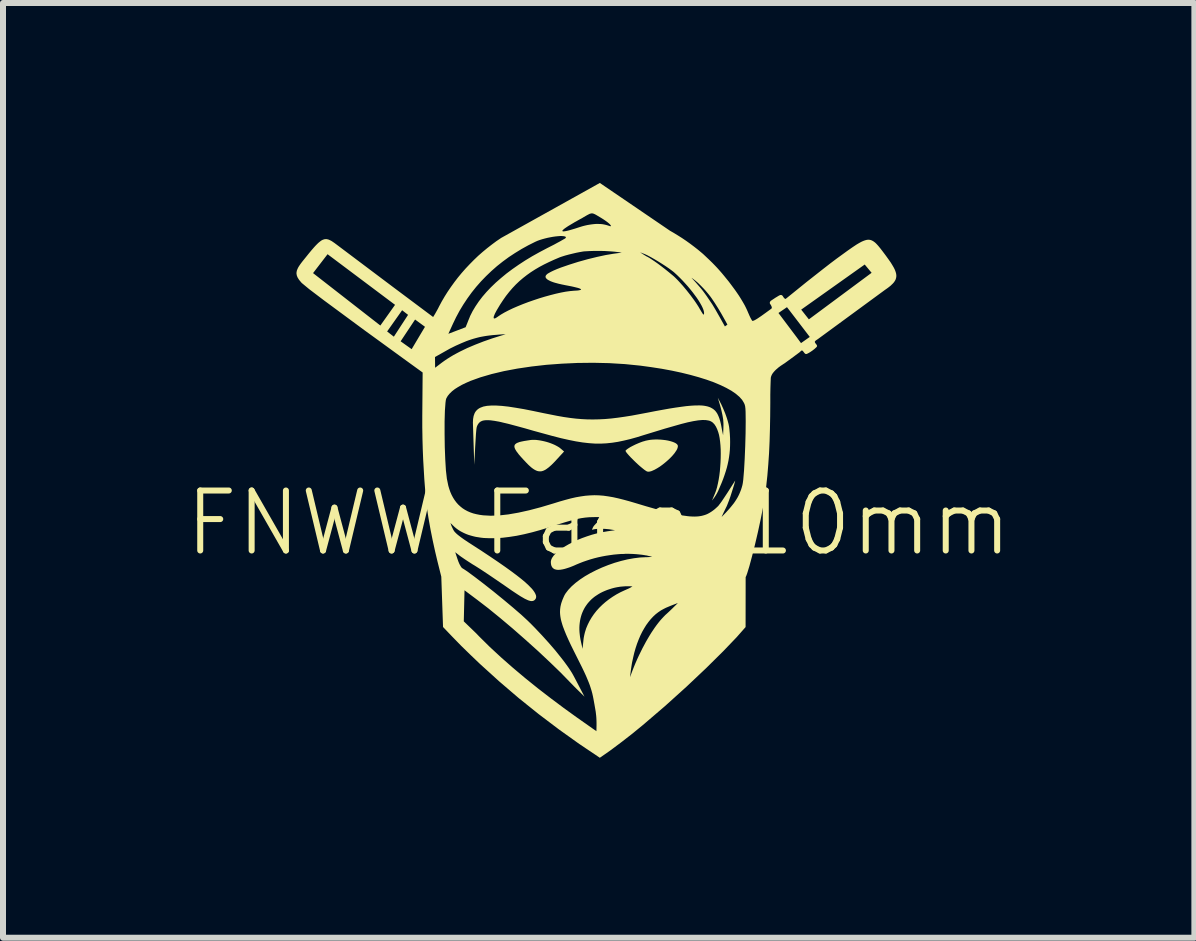
<source format=kicad_pcb>
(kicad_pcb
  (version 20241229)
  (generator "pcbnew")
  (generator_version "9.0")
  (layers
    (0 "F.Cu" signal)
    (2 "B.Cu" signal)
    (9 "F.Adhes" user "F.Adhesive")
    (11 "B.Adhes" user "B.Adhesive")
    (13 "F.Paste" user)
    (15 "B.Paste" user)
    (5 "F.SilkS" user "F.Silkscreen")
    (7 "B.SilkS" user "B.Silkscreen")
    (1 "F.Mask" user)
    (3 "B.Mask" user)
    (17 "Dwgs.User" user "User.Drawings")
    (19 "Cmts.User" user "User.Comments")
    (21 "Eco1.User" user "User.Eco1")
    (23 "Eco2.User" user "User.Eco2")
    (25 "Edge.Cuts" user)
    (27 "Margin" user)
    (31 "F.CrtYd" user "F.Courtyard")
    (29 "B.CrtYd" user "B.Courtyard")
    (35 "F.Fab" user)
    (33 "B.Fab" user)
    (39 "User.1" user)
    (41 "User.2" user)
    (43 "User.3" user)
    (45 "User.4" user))
  (footprint "FNWW Face 10mm"
    (layer "F.Cu")
    (at 6.901 4.8)
    (property "Reference" "FNWW Face 10mm" (at 0.03 0.87 0) (unlocked yes) (layer "F.SilkS") (effects (font (size 1 1) (thickness 0.1))))
    (fp_poly (pts (xy -1.014 -0.516) (xy -0.98 -0.512) (xy -0.946 -0.507) (xy -0.91 -0.5) (xy -0.874 -0.492) (xy -0.839 -0.483) (xy -0.803 -0.472) (xy -0.769 -0.46) (xy -0.736 -0.447) (xy -0.704 -0.433) (xy -0.675 -0.418) (xy -0.648 -0.403) (xy -0.623 -0.387) (xy -0.602 -0.37) (xy -0.547 -0.323) (xy -0.673 -0.186) (xy -0.716 -0.14) (xy -0.756 -0.1) (xy -0.775 -0.083) (xy -0.793 -0.067) (xy -0.811 -0.052) (xy -0.828 -0.04) (xy -0.844 -0.028) (xy -0.86 -0.018) (xy -0.876 -0.01) (xy -0.891 -0.003) (xy -0.906 0.002) (xy -0.921 0.006) (xy -0.936 0.008) (xy -0.951 0.008) (xy -0.966 0.007) (xy -0.981 0.005) (xy -0.996 0.001) (xy -1.011 -0.005) (xy -1.026 -0.012) (xy -1.042 -0.021) (xy -1.058 -0.031) (xy -1.075 -0.043) (xy -1.092 -0.056) (xy -1.109 -0.071) (xy -1.127 -0.087) (xy -1.146 -0.105) (xy -1.186 -0.146) (xy -1.23 -0.193) (xy -1.268 -0.235) (xy -1.301 -0.273) (xy -1.327 -0.308) (xy -1.339 -0.323) (xy -1.348 -0.338) (xy -1.357 -0.352) (xy -1.363 -0.365) (xy -1.369 -0.377) (xy -1.372 -0.388) (xy -1.375 -0.399) (xy -1.375 -0.409) (xy -1.374 -0.418) (xy -1.372 -0.427) (xy -1.368 -0.435) (xy -1.362 -0.443) (xy -1.354 -0.45) (xy -1.345 -0.457) (xy -1.335 -0.463) (xy -1.322 -0.469) (xy -1.308 -0.474) (xy -1.293 -0.48) (xy -1.256 -0.489) (xy -1.212 -0.498) (xy -1.161 -0.506) (xy -1.103 -0.515) (xy -1.076 -0.517) (xy -1.046 -0.517)) (stroke (width -0.000001) (type solid)) (fill yes) (layer "F.SilkS"))
    (fp_poly (pts (xy 1.017 -0.523) (xy 1.061 -0.521) (xy 1.104 -0.517) (xy 1.146 -0.512) (xy 1.185 -0.505) (xy 1.222 -0.496) (xy 1.256 -0.486) (xy 1.285 -0.475) (xy 1.298 -0.469) (xy 1.31 -0.463) (xy 1.32 -0.456) (xy 1.329 -0.45) (xy 1.337 -0.443) (xy 1.342 -0.435) (xy 1.347 -0.428) (xy 1.349 -0.42) (xy 1.35 -0.408) (xy 1.348 -0.395) (xy 1.344 -0.38) (xy 1.338 -0.364) (xy 1.33 -0.348) (xy 1.319 -0.331) (xy 1.294 -0.294) (xy 1.262 -0.256) (xy 1.225 -0.217) (xy 1.184 -0.178) (xy 1.14 -0.14) (xy 1.095 -0.104) (xy 1.05 -0.071) (xy 1.005 -0.043) (xy 0.962 -0.019) (xy 0.922 -0.001) (xy 0.904 0.006) (xy 0.887 0.01) (xy 0.871 0.013) (xy 0.856 0.014) (xy 0.844 0.012) (xy 0.833 0.009) (xy 0.815 -0.002) (xy 0.793 -0.017) (xy 0.769 -0.036) (xy 0.741 -0.059) (xy 0.711 -0.084) (xy 0.681 -0.111) (xy 0.65 -0.14) (xy 0.619 -0.17) (xy 0.59 -0.199) (xy 0.562 -0.227) (xy 0.537 -0.254) (xy 0.516 -0.278) (xy 0.498 -0.299) (xy 0.486 -0.316) (xy 0.482 -0.323) (xy 0.479 -0.329) (xy 0.478 -0.334) (xy 0.478 -0.337) (xy 0.484 -0.344) (xy 0.494 -0.353) (xy 0.506 -0.363) (xy 0.521 -0.373) (xy 0.538 -0.384) (xy 0.557 -0.396) (xy 0.578 -0.407) (xy 0.601 -0.419) (xy 0.648 -0.442) (xy 0.697 -0.463) (xy 0.722 -0.473) (xy 0.746 -0.482) (xy 0.769 -0.49) (xy 0.792 -0.496) (xy 0.81 -0.502) (xy 0.829 -0.506) (xy 0.848 -0.51) (xy 0.888 -0.517) (xy 0.93 -0.521) (xy 0.973 -0.523)) (stroke (width -0.000001) (type solid)) (fill yes) (layer "F.SilkS"))
    (fp_poly (pts (xy 2.043 -1.168) (xy 2.072 -1.112) (xy 2.105 -1.04) (xy 2.139 -0.958) (xy 2.155 -0.914) (xy 2.17 -0.87) (xy 2.183 -0.825) (xy 2.195 -0.78) (xy 2.204 -0.735) (xy 2.209 -0.692) (xy 2.216 -0.618) (xy 2.22 -0.548) (xy 2.221 -0.48) (xy 2.22 -0.414) (xy 2.217 -0.35) (xy 2.211 -0.288) (xy 2.203 -0.228) (xy 2.193 -0.168) (xy 2.18 -0.108) (xy 2.165 -0.048) (xy 2.147 0.012) (xy 2.127 0.073) (xy 2.105 0.135) (xy 2.08 0.199) (xy 2.052 0.264) (xy 2.023 0.332) (xy 2.019 0.34) (xy 2.015 0.348) (xy 2.007 0.364) (xy 1.999 0.379) (xy 1.99 0.394) (xy 1.982 0.408) (xy 1.973 0.421) (xy 1.965 0.434) (xy 1.957 0.445) (xy 1.949 0.456) (xy 1.942 0.465) (xy 1.93 0.481) (xy 1.919 0.494) (xy 1.936 0.455) (xy 1.969 0.376) (xy 1.987 0.328) (xy 2.003 0.274) (xy 2.017 0.213) (xy 2.03 0.148) (xy 2.041 0.079) (xy 2.05 0.007) (xy 2.056 -0.066) (xy 2.061 -0.14) (xy 2.064 -0.214) (xy 2.065 -0.287) (xy 2.064 -0.358) (xy 2.06 -0.425) (xy 2.054 -0.489) (xy 2.046 -0.548) (xy 2.036 -0.6) (xy 2.023 -0.646) (xy 2.005 -0.695) (xy 1.985 -0.737) (xy 1.962 -0.773) (xy 1.935 -0.802) (xy 1.92 -0.814) (xy 1.903 -0.824) (xy 1.884 -0.833) (xy 1.863 -0.839) (xy 1.815 -0.847) (xy 1.757 -0.848) (xy 1.689 -0.842) (xy 1.608 -0.829) (xy 1.513 -0.809) (xy 1.403 -0.781) (xy 1.133 -0.704) (xy 0.786 -0.598) (xy 0.667 -0.561) (xy 0.556 -0.53) (xy 0.451 -0.505) (xy 0.351 -0.484) (xy 0.254 -0.469) (xy 0.159 -0.459) (xy 0.063 -0.454) (xy -0.034 -0.455) (xy -0.134 -0.462) (xy -0.239 -0.474) (xy -0.351 -0.492) (xy -0.47 -0.516) (xy -0.599 -0.545) (xy -0.739 -0.581) (xy -1.06 -0.669) (xy -1.195 -0.708) (xy -1.316 -0.741) (xy -1.424 -0.77) (xy -1.473 -0.783) (xy -1.519 -0.794) (xy -1.562 -0.804) (xy -1.602 -0.814) (xy -1.64 -0.822) (xy -1.675 -0.828) (xy -1.708 -0.834) (xy -1.739 -0.838) (xy -1.767 -0.842) (xy -1.793 -0.844) (xy -1.817 -0.845) (xy -1.839 -0.845) (xy -1.859 -0.844) (xy -1.877 -0.842) (xy -1.894 -0.839) (xy -1.909 -0.835) (xy -1.916 -0.832) (xy -1.923 -0.829) (xy -1.93 -0.826) (xy -1.936 -0.823) (xy -1.942 -0.819) (xy -1.947 -0.815) (xy -1.952 -0.811) (xy -1.958 -0.807) (xy -1.967 -0.797) (xy -1.975 -0.787) (xy -1.983 -0.775) (xy -1.99 -0.763) (xy -1.996 -0.749) (xy -2.002 -0.734) (xy -2.005 -0.72) (xy -2.009 -0.695) (xy -2.016 -0.618) (xy -2.029 -0.402) (xy -2.044 -0.102) (xy -2.055 -0.428) (xy -2.067 -0.806) (xy -2.064 -0.864) (xy -2.055 -0.915) (xy -2.039 -0.96) (xy -2.028 -0.98) (xy -2.015 -0.998) (xy -2 -1.014) (xy -1.983 -1.029) (xy -1.964 -1.042) (xy -1.943 -1.053) (xy -1.893 -1.072) (xy -1.832 -1.084) (xy -1.761 -1.089) (xy -1.678 -1.089) (xy -1.582 -1.083) (xy -1.474 -1.071) (xy -1.352 -1.052) (xy -1.216 -1.029) (xy -1.065 -0.999) (xy -0.898 -0.964) (xy -0.661 -0.917) (xy -0.553 -0.898) (xy -0.45 -0.883) (xy -0.35 -0.871) (xy -0.253 -0.863) (xy -0.157 -0.858) (xy -0.061 -0.857) (xy 0.036 -0.859) (xy 0.135 -0.864) (xy 0.238 -0.873) (xy 0.346 -0.886) (xy 0.459 -0.902) (xy 0.579 -0.921) (xy 0.846 -0.971) (xy 0.979 -0.997) (xy 1.1 -1.019) (xy 1.212 -1.039) (xy 1.313 -1.055) (xy 1.405 -1.068) (xy 1.488 -1.079) (xy 1.563 -1.086) (xy 1.63 -1.09) (xy 1.69 -1.091) (xy 1.718 -1.091) (xy 1.743 -1.09) (xy 1.768 -1.088) (xy 1.791 -1.085) (xy 1.813 -1.081) (xy 1.833 -1.077) (xy 1.852 -1.072) (xy 1.87 -1.066) (xy 1.887 -1.06) (xy 1.903 -1.052) (xy 1.917 -1.044) (xy 1.931 -1.036) (xy 1.945 -1.026) (xy 1.957 -1.016) (xy 1.964 -1.01) (xy 1.97 -1.004) (xy 1.982 -0.99) (xy 1.993 -0.975) (xy 2.004 -0.959) (xy 2.013 -0.942) (xy 2.021 -0.925) (xy 2.029 -0.907) (xy 2.036 -0.889) (xy 2.043 -0.871) (xy 2.048 -0.854) (xy 2.054 -0.836) (xy 2.058 -0.819) (xy 2.066 -0.786) (xy 2.072 -0.757) (xy 2.088 -0.671) (xy 2.094 -0.643) (xy 2.104 -0.594) (xy 2.107 -0.659) (xy 2.109 -0.712) (xy 2.11 -0.755) (xy 2.11 -0.773) (xy 2.11 -0.791) (xy 2.109 -0.806) (xy 2.108 -0.821) (xy 2.107 -0.836) (xy 2.106 -0.85) (xy 2.102 -0.878) (xy 2.097 -0.908) (xy 2.093 -0.93) (xy 2.088 -0.953) (xy 2.077 -1.003) (xy 2.064 -1.055) (xy 2.05 -1.105) (xy 2.026 -1.186) (xy 2.016 -1.219)) (stroke (width -0.000001) (type solid)) (fill yes) (layer "F.SilkS"))
    (fp_poly (pts (xy 1.219 -4.003) (xy 1.285 -3.965) (xy 1.352 -3.924) (xy 1.42 -3.881) (xy 1.488 -3.835) (xy 1.555 -3.787) (xy 1.62 -3.738) (xy 1.684 -3.688) (xy 1.744 -3.638) (xy 1.771 -3.615) (xy 1.804 -3.584) (xy 1.841 -3.549) (xy 1.881 -3.511) (xy 1.923 -3.47) (xy 1.964 -3.428) (xy 2.003 -3.387) (xy 2.039 -3.347) (xy 2.081 -3.299) (xy 2.121 -3.251) (xy 2.199 -3.155) (xy 2.235 -3.107) (xy 2.27 -3.06) (xy 2.304 -3.014) (xy 2.336 -2.968) (xy 2.366 -2.924) (xy 2.394 -2.88) (xy 2.42 -2.837) (xy 2.444 -2.796) (xy 2.466 -2.757) (xy 2.485 -2.719) (xy 2.502 -2.683) (xy 2.517 -2.649) (xy 2.523 -2.634) (xy 2.53 -2.619) (xy 2.536 -2.605) (xy 2.542 -2.591) (xy 2.548 -2.578) (xy 2.554 -2.566) (xy 2.559 -2.554) (xy 2.565 -2.544) (xy 2.57 -2.534) (xy 2.575 -2.526) (xy 2.579 -2.518) (xy 2.583 -2.512) (xy 2.587 -2.507) (xy 2.59 -2.503) (xy 2.591 -2.502) (xy 2.593 -2.501) (xy 2.594 -2.5) (xy 2.595 -2.5) (xy 2.599 -2.5) (xy 2.605 -2.502) (xy 2.618 -2.506) (xy 2.634 -2.514) (xy 2.652 -2.524) (xy 2.672 -2.536) (xy 2.693 -2.55) (xy 2.739 -2.581) (xy 2.81 -2.632) (xy 3.027 -2.632) (xy 3.202 -2.399) (xy 3.33 -2.229) (xy 3.403 -2.13) (xy 3.549 -2.233) (xy 3.201 -2.688) (xy 3.406 -2.688) (xy 3.534 -2.526) (xy 4.58 -3.302) (xy 4.465 -3.44) (xy 3.406 -2.688) (xy 3.201 -2.688) (xy 3.169 -2.729) (xy 3.027 -2.632) (xy 2.81 -2.632) (xy 2.906 -2.702) (xy 2.909 -2.704) (xy 2.911 -2.706) (xy 2.912 -2.709) (xy 2.914 -2.711) (xy 2.915 -2.714) (xy 2.915 -2.716) (xy 2.916 -2.719) (xy 2.916 -2.722) (xy 2.916 -2.725) (xy 2.915 -2.728) (xy 2.915 -2.731) (xy 2.914 -2.734) (xy 2.913 -2.737) (xy 2.912 -2.741) (xy 2.909 -2.747) (xy 2.906 -2.754) (xy 2.903 -2.76) (xy 2.9 -2.766) (xy 2.896 -2.771) (xy 2.885 -2.788) (xy 2.885 -2.79) (xy 2.884 -2.791) (xy 2.883 -2.793) (xy 2.883 -2.794) (xy 2.883 -2.796) (xy 2.882 -2.798) (xy 2.882 -2.799) (xy 2.882 -2.801) (xy 2.882 -2.803) (xy 2.883 -2.805) (xy 2.883 -2.806) (xy 2.883 -2.808) (xy 2.884 -2.81) (xy 2.884 -2.812) (xy 2.885 -2.813) (xy 2.886 -2.815) (xy 2.887 -2.818) (xy 2.889 -2.822) (xy 2.891 -2.825) (xy 2.893 -2.828) (xy 2.895 -2.83) (xy 2.897 -2.833) (xy 2.899 -2.835) (xy 2.9 -2.836) (xy 2.901 -2.836) (xy 2.926 -2.853) (xy 2.949 -2.868) (xy 2.974 -2.885) (xy 3.001 -2.901) (xy 3.025 -2.916) (xy 3.036 -2.922) (xy 3.046 -2.927) (xy 3.054 -2.93) (xy 3.06 -2.932) (xy 3.061 -2.932) (xy 3.063 -2.932) (xy 3.065 -2.932) (xy 3.067 -2.932) (xy 3.068 -2.932) (xy 3.07 -2.932) (xy 3.072 -2.932) (xy 3.073 -2.932) (xy 3.075 -2.932) (xy 3.076 -2.931) (xy 3.078 -2.931) (xy 3.079 -2.93) (xy 3.081 -2.929) (xy 3.082 -2.929) (xy 3.083 -2.928) (xy 3.085 -2.927) (xy 3.086 -2.927) (xy 3.087 -2.926) (xy 3.088 -2.925) (xy 3.09 -2.924) (xy 3.092 -2.922) (xy 3.094 -2.92) (xy 3.096 -2.917) (xy 3.098 -2.915) (xy 3.1 -2.913) (xy 3.101 -2.91) (xy 3.105 -2.905) (xy 3.109 -2.897) (xy 3.112 -2.893) (xy 3.115 -2.889) (xy 3.119 -2.885) (xy 3.122 -2.881) (xy 3.126 -2.877) (xy 3.128 -2.875) (xy 3.13 -2.874) (xy 3.132 -2.872) (xy 3.133 -2.871) (xy 3.135 -2.87) (xy 3.137 -2.869) (xy 3.139 -2.868) (xy 3.141 -2.868) (xy 3.143 -2.867) (xy 3.144 -2.867) (xy 3.146 -2.868) (xy 3.148 -2.868) (xy 3.15 -2.869) (xy 3.151 -2.87) (xy 3.496 -3.149) (xy 3.772 -3.366) (xy 3.897 -3.463) (xy 3.998 -3.539) (xy 4.184 -3.674) (xy 4.26 -3.727) (xy 4.326 -3.771) (xy 4.356 -3.789) (xy 4.384 -3.805) (xy 4.41 -3.819) (xy 4.434 -3.83) (xy 4.457 -3.839) (xy 4.479 -3.846) (xy 4.499 -3.851) (xy 4.518 -3.853) (xy 4.537 -3.853) (xy 4.554 -3.851) (xy 4.572 -3.846) (xy 4.588 -3.839) (xy 4.605 -3.83) (xy 4.621 -3.819) (xy 4.638 -3.806) (xy 4.655 -3.79) (xy 4.672 -3.772) (xy 4.69 -3.752) (xy 4.728 -3.706) (xy 4.77 -3.651) (xy 4.818 -3.587) (xy 4.859 -3.53) (xy 4.895 -3.479) (xy 4.911 -3.454) (xy 4.925 -3.431) (xy 4.938 -3.409) (xy 4.95 -3.388) (xy 4.96 -3.368) (xy 4.969 -3.349) (xy 4.976 -3.33) (xy 4.982 -3.312) (xy 4.987 -3.295) (xy 4.99 -3.278) (xy 4.992 -3.262) (xy 4.992 -3.247) (xy 4.991 -3.232) (xy 4.988 -3.217) (xy 4.984 -3.202) (xy 4.979 -3.188) (xy 4.972 -3.174) (xy 4.963 -3.16) (xy 4.954 -3.146) (xy 4.942 -3.132) (xy 4.93 -3.119) (xy 4.915 -3.105) (xy 4.9 -3.09) (xy 4.883 -3.076) (xy 4.864 -3.061) (xy 4.844 -3.046) (xy 4.8 -3.015) (xy 3.687 -2.199) (xy 3.683 -2.196) (xy 3.678 -2.193) (xy 3.669 -2.187) (xy 3.661 -2.181) (xy 3.657 -2.179) (xy 3.654 -2.176) (xy 3.65 -2.174) (xy 3.647 -2.171) (xy 3.646 -2.17) (xy 3.644 -2.169) (xy 3.643 -2.167) (xy 3.642 -2.166) (xy 3.641 -2.165) (xy 3.639 -2.163) (xy 3.638 -2.162) (xy 3.637 -2.16) (xy 3.636 -2.159) (xy 3.635 -2.157) (xy 3.635 -2.155) (xy 3.634 -2.154) (xy 3.633 -2.152) (xy 3.633 -2.15) (xy 3.633 -2.148) (xy 3.634 -2.145) (xy 3.635 -2.143) (xy 3.636 -2.141) (xy 3.637 -2.138) (xy 3.638 -2.136) (xy 3.642 -2.131) (xy 3.645 -2.125) (xy 3.654 -2.114) (xy 3.658 -2.109) (xy 3.662 -2.103) (xy 3.664 -2.1) (xy 3.665 -2.098) (xy 3.667 -2.095) (xy 3.668 -2.092) (xy 3.669 -2.089) (xy 3.67 -2.087) (xy 3.67 -2.084) (xy 3.67 -2.081) (xy 3.67 -2.079) (xy 3.67 -2.076) (xy 3.669 -2.074) (xy 3.667 -2.072) (xy 3.662 -2.065) (xy 3.655 -2.057) (xy 3.646 -2.049) (xy 3.636 -2.04) (xy 3.625 -2.03) (xy 3.613 -2.021) (xy 3.6 -2.011) (xy 3.587 -2.001) (xy 3.573 -1.992) (xy 3.56 -1.983) (xy 3.547 -1.975) (xy 3.534 -1.967) (xy 3.522 -1.961) (xy 3.511 -1.955) (xy 3.502 -1.951) (xy 3.493 -1.948) (xy 3.49 -1.948) (xy 3.488 -1.948) (xy 3.485 -1.948) (xy 3.483 -1.948) (xy 3.48 -1.949) (xy 3.477 -1.95) (xy 3.475 -1.952) (xy 3.472 -1.953) (xy 3.47 -1.955) (xy 3.468 -1.957) (xy 3.465 -1.959) (xy 3.463 -1.962) (xy 3.458 -1.967) (xy 3.454 -1.972) (xy 3.446 -1.984) (xy 3.441 -1.989) (xy 3.437 -1.994) (xy 3.434 -1.998) (xy 3.432 -2) (xy 3.43 -2.002) (xy 3.428 -2.003) (xy 3.426 -2.004) (xy 3.424 -2.005) (xy 3.422 -2.006) (xy 3.42 -2.006) (xy 3.419 -2.006) (xy 3.417 -2.006) (xy 3.416 -2.006) (xy 3.414 -2.006) (xy 3.413 -2.006) (xy 3.412 -2.005) (xy 3.41 -2.005) (xy 3.409 -2.004) (xy 3.408 -2.004) (xy 3.407 -2.003) (xy 3.406 -2.002) (xy 3.403 -2) (xy 3.401 -1.998) (xy 3.39 -1.987) (xy 3.387 -1.984) (xy 3.383 -1.981) (xy 3.379 -1.977) (xy 3.375 -1.974) (xy 3.229 -1.866) (xy 3.163 -1.818) (xy 3.13 -1.794) (xy 3.111 -1.782) (xy 3.081 -1.762) (xy 3.063 -1.75) (xy 3.044 -1.736) (xy 3.024 -1.721) (xy 3.005 -1.704) (xy 2.985 -1.687) (xy 2.966 -1.668) (xy 2.949 -1.649) (xy 2.941 -1.639) (xy 2.933 -1.629) (xy 2.926 -1.619) (xy 2.92 -1.608) (xy 2.914 -1.598) (xy 2.91 -1.587) (xy 2.906 -1.577) (xy 2.902 -1.566) (xy 2.9 -1.555) (xy 2.899 -1.545) (xy 2.896 -1.471) (xy 2.893 -1.379) (xy 2.891 -1.267) (xy 2.891 -1.132) (xy 2.889 -0.908) (xy 2.885 -0.694) (xy 2.879 -0.489) (xy 2.87 -0.292) (xy 2.857 -0.103) (xy 2.842 0.079) (xy 2.823 0.255) (xy 2.801 0.425) (xy 2.771 0.603) (xy 2.731 0.805) (xy 2.685 1.018) (xy 2.636 1.228) (xy 2.587 1.422) (xy 2.543 1.586) (xy 2.506 1.707) (xy 2.491 1.748) (xy 2.48 1.772) (xy 2.479 2.604) (xy 2.331 2.772) (xy 2.107 3.006) (xy 1.823 3.287) (xy 1.494 3.598) (xy 1.136 3.921) (xy 0.766 4.238) (xy 0.581 4.389) (xy 0.398 4.531) (xy 0.22 4.664) (xy 0.049 4.783) (xy -0.292 4.554) (xy -0.631 4.312) (xy -0.968 4.057) (xy -1.301 3.79) (xy -1.628 3.51) (xy -1.949 3.219) (xy -2.106 3.069) (xy -2.262 2.917) (xy -2.414 2.761) (xy -2.565 2.603) (xy -2.594 1.764) (xy -2.659 1.504) (xy -2.698 1.339) (xy -2.737 1.161) (xy -2.774 0.976) (xy -2.793 0.869) (xy -2.441 0.869) (xy -2.436 0.885) (xy -2.431 0.898) (xy -2.429 0.905) (xy -2.427 0.911) (xy -2.424 0.917) (xy -2.422 0.923) (xy -2.415 0.938) (xy -2.407 0.955) (xy -2.398 0.974) (xy -2.392 0.986) (xy -2.385 0.997) (xy -2.377 1.009) (xy -2.367 1.021) (xy -2.355 1.033) (xy -2.342 1.046) (xy -2.326 1.06) (xy -2.309 1.074) (xy -2.288 1.09) (xy -2.266 1.107) (xy -2.213 1.145) (xy -2.147 1.189) (xy -2.068 1.24) (xy -1.915 1.339) (xy -1.775 1.432) (xy -1.648 1.518) (xy -1.533 1.598) (xy -1.43 1.672) (xy -1.339 1.74) (xy -1.26 1.802) (xy -1.225 1.831) (xy -1.192 1.859) (xy -1.163 1.886) (xy -1.136 1.911) (xy -1.112 1.936) (xy -1.09 1.958) (xy -1.071 1.98) (xy -1.055 2.001) (xy -1.042 2.02) (xy -1.031 2.039) (xy -1.023 2.056) (xy -1.017 2.072) (xy -1.013 2.087) (xy -1.013 2.101) (xy -1.014 2.114) (xy -1.018 2.127) (xy -1.025 2.138) (xy -1.033 2.148) (xy -1.044 2.158) (xy -1.057 2.165) (xy -1.07 2.169) (xy -1.086 2.171) (xy -1.103 2.17) (xy -1.123 2.165) (xy -1.146 2.158) (xy -1.172 2.146) (xy -1.202 2.132) (xy -1.235 2.113) (xy -1.273 2.091) (xy -1.315 2.064) (xy -1.415 1.998) (xy -1.537 1.913) (xy -1.677 1.817) (xy -1.817 1.722) (xy -1.941 1.64) (xy -1.993 1.607) (xy -2.034 1.581) (xy -2.071 1.559) (xy -2.108 1.535) (xy -2.144 1.512) (xy -2.179 1.489) (xy -2.212 1.467) (xy -2.241 1.447) (xy -2.266 1.43) (xy -2.285 1.416) (xy -2.362 1.356) (xy -2.321 1.479) (xy -2.316 1.492) (xy -2.312 1.505) (xy -2.307 1.517) (xy -2.302 1.529) (xy -2.297 1.541) (xy -2.292 1.552) (xy -2.287 1.562) (xy -2.281 1.572) (xy -2.276 1.582) (xy -2.271 1.59) (xy -2.266 1.598) (xy -2.261 1.605) (xy -2.257 1.611) (xy -2.252 1.616) (xy -2.25 1.618) (xy -2.248 1.62) (xy -2.246 1.621) (xy -2.245 1.622) (xy -2.208 1.645) (xy -2.16 1.677) (xy -2.038 1.767) (xy -1.889 1.881) (xy -1.724 2.011) (xy -1.557 2.147) (xy -1.399 2.279) (xy -1.26 2.399) (xy -1.154 2.497) (xy -1.093 2.557) (xy -1.033 2.618) (xy -0.914 2.744) (xy -0.8 2.87) (xy -0.693 2.994) (xy -0.598 3.113) (xy -0.554 3.169) (xy -0.515 3.222) (xy -0.479 3.272) (xy -0.448 3.318) (xy -0.421 3.36) (xy -0.399 3.398) (xy -0.373 3.446) (xy -0.341 3.507) (xy -0.276 3.632) (xy -0.207 3.764) (xy -0.291 3.681) (xy -0.332 3.641) (xy -0.378 3.595) (xy -0.422 3.55) (xy -0.456 3.515) (xy -0.606 3.361) (xy -0.784 3.189) (xy -0.98 3.005) (xy -1.189 2.817) (xy -1.401 2.631) (xy -1.611 2.454) (xy -1.81 2.292) (xy -1.991 2.153) (xy -2.207 1.991) (xy -2.219 2.509) (xy -2.134 2.591) (xy -2.051 2.671) (xy -2.006 2.715) (xy -1.963 2.76) (xy -1.788 2.933) (xy -1.599 3.108) (xy -1.4 3.283) (xy -1.193 3.457) (xy -0.982 3.627) (xy -0.768 3.792) (xy -0.554 3.952) (xy -0.345 4.103) (xy -0.008 4.34) (xy -0.007 4.292) (xy -0.006 4.245) (xy -0.006 4.2) (xy -0.007 4.158) (xy -0.009 4.118) (xy -0.012 4.081) (xy -0.016 4.046) (xy -0.02 4.013) (xy -0.04 3.897) (xy -0.058 3.798) (xy -0.067 3.753) (xy -0.077 3.709) (xy -0.089 3.665) (xy -0.103 3.62) (xy -0.118 3.574) (xy -0.137 3.524) (xy -0.159 3.471) (xy -0.172 3.44) (xy 0.552 3.44) (xy 0.564 3.408) (xy 0.595 3.324) (xy 0.617 3.269) (xy 0.642 3.208) (xy 0.67 3.144) (xy 0.7 3.079) (xy 0.73 3.018) (xy 0.759 2.959) (xy 0.789 2.903) (xy 0.818 2.849) (xy 0.848 2.797) (xy 0.877 2.748) (xy 0.906 2.701) (xy 0.936 2.656) (xy 0.965 2.613) (xy 0.994 2.573) (xy 1.023 2.535) (xy 1.052 2.499) (xy 1.082 2.465) (xy 1.111 2.434) (xy 1.14 2.404) (xy 1.17 2.377) (xy 1.198 2.351) (xy 1.229 2.322) (xy 1.259 2.293) (xy 1.287 2.265) (xy 1.332 2.221) (xy 1.35 2.203) (xy 1.266 2.235) (xy 1.228 2.25) (xy 1.19 2.266) (xy 1.152 2.282) (xy 1.118 2.299) (xy 1.07 2.325) (xy 1.024 2.356) (xy 0.98 2.39) (xy 0.938 2.429) (xy 0.897 2.473) (xy 0.859 2.52) (xy 0.822 2.571) (xy 0.788 2.626) (xy 0.755 2.684) (xy 0.724 2.747) (xy 0.696 2.813) (xy 0.669 2.883) (xy 0.645 2.956) (xy 0.623 3.033) (xy 0.604 3.114) (xy 0.586 3.197) (xy 0.58 3.233) (xy 0.574 3.272) (xy 0.568 3.312) (xy 0.563 3.351) (xy 0.552 3.44) (xy -0.172 3.44) (xy -0.184 3.412) (xy -0.214 3.347) (xy -0.248 3.276) (xy -0.333 3.106) (xy -0.386 3) (xy -0.434 2.903) (xy -0.475 2.815) (xy -0.511 2.734) (xy -0.541 2.661) (xy -0.546 2.647) (xy -0.292 2.647) (xy -0.29 2.687) (xy -0.286 2.727) (xy -0.281 2.768) (xy -0.274 2.81) (xy -0.265 2.852) (xy -0.239 2.967) (xy -0.224 2.82) (xy -0.22 2.787) (xy -0.214 2.754) (xy -0.207 2.722) (xy -0.199 2.69) (xy -0.189 2.658) (xy -0.179 2.626) (xy -0.153 2.564) (xy -0.123 2.504) (xy -0.089 2.446) (xy -0.05 2.389) (xy -0.007 2.334) (xy 0.04 2.282) (xy 0.091 2.232) (xy 0.145 2.185) (xy 0.203 2.14) (xy 0.264 2.098) (xy 0.327 2.059) (xy 0.394 2.023) (xy 0.463 1.991) (xy 0.506 1.972) (xy 0.522 1.965) (xy 0.535 1.959) (xy 0.541 1.956) (xy 0.547 1.953) (xy 0.553 1.95) (xy 0.56 1.946) (xy 0.575 1.937) (xy 0.593 1.925) (xy 0.545 1.924) (xy 0.513 1.924) (xy 0.476 1.924) (xy 0.436 1.927) (xy 0.414 1.929) (xy 0.39 1.931) (xy 0.366 1.935) (xy 0.341 1.939) (xy 0.315 1.944) (xy 0.288 1.95) (xy 0.247 1.961) (xy 0.206 1.974) (xy 0.168 1.987) (xy 0.131 2.002) (xy 0.095 2.018) (xy 0.061 2.035) (xy 0.028 2.054) (xy -0.003 2.074) (xy -0.033 2.094) (xy -0.061 2.116) (xy -0.088 2.139) (xy -0.113 2.164) (xy -0.136 2.189) (xy -0.158 2.215) (xy -0.178 2.243) (xy -0.197 2.271) (xy -0.214 2.301) (xy -0.229 2.331) (xy -0.243 2.363) (xy -0.255 2.395) (xy -0.265 2.428) (xy -0.274 2.463) (xy -0.281 2.498) (xy -0.286 2.534) (xy -0.29 2.571) (xy -0.292 2.608) (xy -0.292 2.647) (xy -0.546 2.647) (xy -0.566 2.595) (xy -0.576 2.564) (xy -0.585 2.534) (xy -0.593 2.505) (xy -0.6 2.478) (xy -0.605 2.451) (xy -0.609 2.426) (xy -0.612 2.401) (xy -0.614 2.376) (xy -0.615 2.353) (xy -0.614 2.33) (xy -0.613 2.307) (xy -0.61 2.284) (xy -0.607 2.262) (xy -0.602 2.24) (xy -0.597 2.218) (xy -0.59 2.195) (xy -0.574 2.15) (xy -0.554 2.103) (xy -0.54 2.073) (xy -0.522 2.043) (xy -0.477 1.984) (xy -0.421 1.925) (xy -0.355 1.867) (xy -0.281 1.811) (xy -0.198 1.756) (xy -0.109 1.705) (xy -0.013 1.656) (xy 0.086 1.611) (xy 0.189 1.57) (xy 0.295 1.533) (xy 0.402 1.502) (xy 0.509 1.476) (xy 0.615 1.457) (xy 0.719 1.444) (xy 0.82 1.439) (xy 0.837 1.439) (xy 0.854 1.438) (xy 0.871 1.437) (xy 0.887 1.436) (xy 0.912 1.434) (xy 0.922 1.433) (xy 0.888 1.424) (xy 0.856 1.417) (xy 0.84 1.413) (xy 0.826 1.41) (xy 0.81 1.408) (xy 0.793 1.405) (xy 0.774 1.402) (xy 0.754 1.399) (xy 0.709 1.394) (xy 0.659 1.389) (xy 0.599 1.385) (xy 0.538 1.383) (xy 0.475 1.383) (xy 0.411 1.385) (xy 0.347 1.39) (xy 0.282 1.396) (xy 0.217 1.405) (xy 0.151 1.415) (xy 0.086 1.427) (xy 0.021 1.441) (xy -0.043 1.457) (xy -0.106 1.475) (xy -0.168 1.495) (xy -0.229 1.516) (xy -0.288 1.539) (xy -0.346 1.563) (xy -0.372 1.575) (xy -0.398 1.586) (xy -0.423 1.596) (xy -0.446 1.605) (xy -0.469 1.613) (xy -0.491 1.62) (xy -0.513 1.627) (xy -0.533 1.633) (xy -0.553 1.638) (xy -0.571 1.642) (xy -0.589 1.645) (xy -0.606 1.648) (xy -0.622 1.649) (xy -0.637 1.65) (xy -0.651 1.65) (xy -0.665 1.649) (xy -0.677 1.647) (xy -0.689 1.644) (xy -0.7 1.641) (xy -0.71 1.637) (xy -0.719 1.631) (xy -0.728 1.625) (xy -0.735 1.619) (xy -0.742 1.611) (xy -0.748 1.602) (xy -0.753 1.593) (xy -0.758 1.583) (xy -0.761 1.572) (xy -0.764 1.56) (xy -0.766 1.547) (xy -0.767 1.533) (xy -0.768 1.519) (xy -0.766 1.502) (xy -0.762 1.485) (xy -0.755 1.467) (xy -0.746 1.449) (xy -0.72 1.412) (xy -0.685 1.374) (xy -0.642 1.336) (xy -0.591 1.298) (xy -0.533 1.26) (xy -0.469 1.223) (xy -0.4 1.187) (xy -0.326 1.153) (xy -0.248 1.121) (xy -0.167 1.092) (xy -0.084 1.065) (xy 0.001 1.042) (xy 0.086 1.023) (xy 0.172 1.008) (xy 0.303 0.989) (xy 0.27 0.984) (xy 0.224 0.977) (xy 0.199 0.973) (xy 0.184 0.972) (xy 0.166 0.97) (xy 0.146 0.968) (xy 0.124 0.967) (xy 0.099 0.966) (xy 0.071 0.966) (xy 0.056 0.966) (xy 0.042 0.966) (xy 0.027 0.966) (xy 0.014 0.967) (xy 0.000447 0.968) (xy -0.012 0.969) (xy -0.023 0.97) (xy -0.034 0.972) (xy -0.038 0.972) (xy -0.042 0.973) (xy -0.046 0.974) (xy -0.05 0.975) (xy -0.058 0.977) (xy -0.066 0.978) (xy -0.072 0.98) (xy -0.077 0.982) (xy -0.082 0.983) (xy -0.079 0.976) (xy -0.077 0.968) (xy -0.073 0.959) (xy -0.068 0.948) (xy -0.066 0.943) (xy -0.063 0.937) (xy -0.06 0.932) (xy -0.057 0.927) (xy -0.054 0.923) (xy -0.051 0.919) (xy -0.044 0.91) (xy -0.036 0.901) (xy -0.027 0.892) (xy -0.019 0.882) (xy -0.009 0.873) (xy 0.000454 0.863) (xy 0.02 0.843) (xy 0.094 0.769) (xy -0.061 0.771) (xy -0.129 0.773) (xy -0.195 0.779) (xy -0.265 0.789) (xy -0.341 0.805) (xy -0.429 0.827) (xy -0.532 0.857) (xy -0.654 0.895) (xy -0.8 0.942) (xy -0.942 0.986) (xy -1.079 1.024) (xy -1.211 1.056) (xy -1.337 1.082) (xy -1.458 1.101) (xy -1.573 1.115) (xy -1.682 1.122) (xy -1.786 1.123) (xy -1.884 1.119) (xy -1.931 1.114) (xy -1.976 1.107) (xy -2.02 1.1) (xy -2.062 1.09) (xy -2.102 1.079) (xy -2.142 1.067) (xy -2.179 1.053) (xy -2.215 1.037) (xy -2.249 1.02) (xy -2.282 1.002) (xy -2.313 0.982) (xy -2.343 0.96) (xy -2.371 0.937) (xy -2.397 0.912) (xy -2.405 0.905) (xy -2.412 0.897) (xy -2.426 0.884) (xy -2.441 0.869) (xy -2.793 0.869) (xy -2.807 0.79) (xy -2.835 0.611) (xy -2.853 0.446) (xy -2.877 0.139) (xy -2.896 -0.187) (xy -2.903 -0.358) (xy -2.908 -0.536) (xy -2.909 -0.615) (xy -2.539 -0.615) (xy -2.536 -0.399) (xy -2.528 -0.19) (xy -2.517 -0.008) (xy -2.501 0.131) (xy -2.477 0.248) (xy -2.461 0.302) (xy -2.443 0.353) (xy -2.422 0.401) (xy -2.398 0.446) (xy -2.372 0.487) (xy -2.343 0.526) (xy -2.312 0.561) (xy -2.277 0.593) (xy -2.24 0.623) (xy -2.2 0.649) (xy -2.157 0.672) (xy -2.111 0.692) (xy -2.062 0.709) (xy -2.01 0.722) (xy -1.955 0.733) (xy -1.896 0.741) (xy -1.77 0.748) (xy -1.63 0.743) (xy -1.477 0.726) (xy -1.31 0.697) (xy -1.129 0.657) (xy -0.932 0.605) (xy -0.721 0.542) (xy -0.618 0.51) (xy -0.523 0.483) (xy -0.433 0.459) (xy -0.349 0.44) (xy -0.269 0.426) (xy -0.192 0.415) (xy -0.116 0.409) (xy -0.042 0.406) (xy 0.033 0.408) (xy 0.109 0.414) (xy 0.187 0.425) (xy 0.269 0.439) (xy 0.355 0.458) (xy 0.446 0.481) (xy 0.545 0.508) (xy 0.65 0.539) (xy 0.816 0.589) (xy 0.966 0.632) (xy 1.1 0.669) (xy 1.221 0.7) (xy 1.329 0.724) (xy 1.378 0.734) (xy 1.425 0.743) (xy 1.469 0.749) (xy 1.511 0.755) (xy 1.551 0.759) (xy 1.588 0.761) (xy 1.623 0.762) (xy 1.656 0.761) (xy 1.688 0.759) (xy 1.718 0.755) (xy 1.747 0.75) (xy 1.774 0.743) (xy 1.801 0.735) (xy 1.826 0.726) (xy 1.85 0.715) (xy 1.874 0.702) (xy 1.897 0.688) (xy 1.92 0.673) (xy 1.943 0.656) (xy 1.966 0.638) (xy 1.988 0.618) (xy 2.011 0.597) (xy 2.025 0.583) (xy 2.041 0.562) (xy 2.061 0.536) (xy 2.082 0.507) (xy 2.128 0.438) (xy 2.177 0.364) (xy 2.306 0.161) (xy 2.3 0.186) (xy 2.288 0.23) (xy 2.27 0.288) (xy 2.249 0.355) (xy 2.226 0.427) (xy 2.201 0.497) (xy 2.176 0.561) (xy 2.165 0.588) (xy 2.153 0.612) (xy 2.128 0.664) (xy 2.112 0.697) (xy 2.098 0.727) (xy 2.079 0.769) (xy 2.147 0.699) (xy 2.178 0.665) (xy 2.207 0.633) (xy 2.233 0.602) (xy 2.258 0.571) (xy 2.282 0.541) (xy 2.303 0.511) (xy 2.323 0.48) (xy 2.342 0.449) (xy 2.359 0.417) (xy 2.375 0.384) (xy 2.389 0.35) (xy 2.403 0.315) (xy 2.415 0.277) (xy 2.426 0.238) (xy 2.433 0.202) (xy 2.44 0.148) (xy 2.453 -0.004) (xy 2.464 -0.198) (xy 2.473 -0.414) (xy 2.479 -0.63) (xy 2.481 -0.827) (xy 2.479 -0.984) (xy 2.476 -1.04) (xy 2.471 -1.079) (xy 2.464 -1.105) (xy 2.453 -1.131) (xy 2.421 -1.184) (xy 2.375 -1.235) (xy 2.315 -1.286) (xy 2.242 -1.336) (xy 2.156 -1.384) (xy 2.058 -1.431) (xy 1.949 -1.477) (xy 1.829 -1.52) (xy 1.698 -1.561) (xy 1.558 -1.6) (xy 1.408 -1.637) (xy 1.249 -1.671) (xy 1.082 -1.702) (xy 0.908 -1.729) (xy 0.726 -1.754) (xy 0.468 -1.78) (xy 0.205 -1.796) (xy -0.06 -1.802) (xy -0.325 -1.799) (xy -0.586 -1.787) (xy -0.842 -1.768) (xy -1.089 -1.74) (xy -1.326 -1.705) (xy -1.549 -1.663) (xy -1.755 -1.614) (xy -1.943 -1.559) (xy -2.11 -1.499) (xy -2.184 -1.466) (xy -2.253 -1.433) (xy -2.314 -1.398) (xy -2.369 -1.363) (xy -2.416 -1.326) (xy -2.455 -1.288) (xy -2.487 -1.249) (xy -2.51 -1.209) (xy -2.518 -1.182) (xy -2.524 -1.137) (xy -2.534 -1.002) (xy -2.539 -0.823) (xy -2.539 -0.615) (xy -2.909 -0.615) (xy -2.911 -0.722) (xy -2.911 -0.915) (xy -2.905 -1.64) (xy -3.261 -1.898) (xy -2.699 -1.898) (xy -2.697 -1.719) (xy -2.584 -1.805) (xy -2.541 -1.836) (xy -2.495 -1.867) (xy -2.446 -1.898) (xy -2.394 -1.929) (xy -2.339 -1.959) (xy -2.282 -1.989) (xy -2.16 -2.048) (xy -2.028 -2.104) (xy -1.889 -2.158) (xy -1.743 -2.209) (xy -1.59 -2.257) (xy -1.58 -2.26) (xy -1.568 -2.263) (xy -1.545 -2.271) (xy -1.52 -2.279) (xy -1.604 -2.274) (xy -1.69 -2.267) (xy -1.74 -2.263) (xy -1.791 -2.257) (xy -1.83 -2.252) (xy -1.869 -2.246) (xy -1.908 -2.239) (xy -1.946 -2.232) (xy -1.983 -2.223) (xy -2.021 -2.213) (xy -2.06 -2.202) (xy -2.098 -2.19) (xy -2.137 -2.177) (xy -2.178 -2.162) (xy -2.219 -2.145) (xy -2.262 -2.127) (xy -2.352 -2.087) (xy -2.449 -2.039) (xy -2.699 -1.898) (xy -3.261 -1.898) (xy -3.621 -2.16) (xy -3.272 -2.16) (xy -3.088 -2.029) (xy -2.936 -2.285) (xy -2.476 -2.285) (xy -2.188 -2.395) (xy -2.175 -2.428) (xy -2.161 -2.462) (xy -2.146 -2.501) (xy -2.123 -2.556) (xy -1.721 -2.556) (xy -1.721 -2.552) (xy -1.72 -2.549) (xy -1.719 -2.546) (xy -1.719 -2.544) (xy -1.718 -2.543) (xy -1.717 -2.543) (xy -1.715 -2.542) (xy -1.714 -2.541) (xy -1.713 -2.541) (xy -1.71 -2.541) (xy -1.706 -2.541) (xy -1.702 -2.542) (xy -1.697 -2.543) (xy -1.692 -2.545) (xy -1.686 -2.548) (xy -1.68 -2.552) (xy -1.673 -2.556) (xy -1.666 -2.561) (xy -1.658 -2.566) (xy -1.65 -2.572) (xy -1.601 -2.605) (xy -1.543 -2.639) (xy -1.476 -2.674) (xy -1.401 -2.71) (xy -1.32 -2.745) (xy -1.234 -2.78) (xy -1.144 -2.814) (xy -1.052 -2.846) (xy -0.959 -2.877) (xy -0.866 -2.905) (xy -0.775 -2.93) (xy -0.686 -2.953) (xy -0.601 -2.972) (xy -0.522 -2.987) (xy -0.449 -2.997) (xy -0.384 -3.003) (xy -0.35 -3.005) (xy -0.321 -3.007) (xy -0.299 -3.01) (xy -0.282 -3.014) (xy -0.27 -3.018) (xy -0.267 -3.02) (xy -0.265 -3.022) (xy -0.264 -3.024) (xy -0.265 -3.027) (xy -0.267 -3.029) (xy -0.271 -3.032) (xy -0.282 -3.038) (xy -0.3 -3.045) (xy -0.323 -3.052) (xy -0.352 -3.059) (xy -0.388 -3.068) (xy -0.429 -3.077) (xy -0.528 -3.096) (xy -0.556 -3.102) (xy -0.582 -3.107) (xy -0.607 -3.113) (xy -0.631 -3.118) (xy -0.654 -3.124) (xy -0.675 -3.13) (xy -0.695 -3.135) (xy -0.715 -3.141) (xy -0.733 -3.147) (xy -0.749 -3.153) (xy -0.765 -3.159) (xy -0.779 -3.165) (xy -0.792 -3.172) (xy -0.804 -3.178) (xy -0.815 -3.184) (xy -0.824 -3.19) (xy -0.832 -3.197) (xy -0.839 -3.203) (xy -0.845 -3.21) (xy -0.85 -3.216) (xy -0.853 -3.223) (xy -0.854 -3.226) (xy -0.855 -3.229) (xy -0.856 -3.233) (xy -0.856 -3.236) (xy -0.856 -3.239) (xy -0.855 -3.242) (xy -0.855 -3.246) (xy -0.854 -3.249) (xy -0.851 -3.256) (xy -0.846 -3.263) (xy -0.841 -3.269) (xy -0.834 -3.276) (xy -0.826 -3.283) (xy -0.817 -3.29) (xy -0.806 -3.296) (xy -0.767 -3.318) (xy -0.719 -3.341) (xy -0.663 -3.365) (xy -0.601 -3.389) (xy -0.462 -3.437) (xy -0.31 -3.485) (xy -0.152 -3.529) (xy 0.003 -3.567) (xy 0.147 -3.598) (xy 0.271 -3.619) (xy 0.337 -3.628) (xy 0.414 -3.638) (xy 0.366 -3.646) (xy 0.717 -3.646) (xy 0.764 -3.615) (xy 0.784 -3.602) (xy 0.804 -3.59) (xy 0.823 -3.578) (xy 0.84 -3.57) (xy 0.874 -3.551) (xy 0.915 -3.524) (xy 0.963 -3.492) (xy 1.017 -3.454) (xy 1.074 -3.411) (xy 1.135 -3.364) (xy 1.197 -3.314) (xy 1.26 -3.262) (xy 1.286 -3.24) (xy 1.313 -3.214) (xy 1.342 -3.185) (xy 1.372 -3.153) (xy 1.435 -3.083) (xy 1.499 -3.006) (xy 1.562 -2.926) (xy 1.621 -2.846) (xy 1.648 -2.807) (xy 1.673 -2.769) (xy 1.696 -2.733) (xy 1.716 -2.698) (xy 1.727 -2.68) (xy 1.736 -2.665) (xy 1.744 -2.651) (xy 1.752 -2.639) (xy 1.758 -2.629) (xy 1.761 -2.624) (xy 1.764 -2.62) (xy 1.766 -2.617) (xy 1.769 -2.614) (xy 1.771 -2.612) (xy 1.773 -2.61) (xy 1.775 -2.608) (xy 1.777 -2.607) (xy 1.778 -2.606) (xy 1.78 -2.606) (xy 1.78 -2.605) (xy 1.781 -2.606) (xy 1.781 -2.606) (xy 1.782 -2.606) (xy 1.782 -2.606) (xy 1.783 -2.607) (xy 1.784 -2.608) (xy 1.784 -2.61) (xy 1.785 -2.612) (xy 1.786 -2.614) (xy 1.786 -2.617) (xy 1.786 -2.62) (xy 1.786 -2.623) (xy 1.787 -2.631) (xy 1.786 -2.643) (xy 1.784 -2.656) (xy 1.776 -2.685) (xy 1.763 -2.718) (xy 1.745 -2.755) (xy 1.722 -2.796) (xy 1.696 -2.839) (xy 1.666 -2.884) (xy 1.632 -2.93) (xy 1.596 -2.978) (xy 1.557 -3.027) (xy 1.516 -3.076) (xy 1.473 -3.124) (xy 1.429 -3.172) (xy 1.383 -3.219) (xy 1.383 -3.219) (xy 1.576 -3.219) (xy 1.63 -3.161) (xy 1.652 -3.137) (xy 1.671 -3.115) (xy 1.703 -3.078) (xy 1.735 -3.041) (xy 1.755 -3.016) (xy 1.778 -2.986) (xy 1.803 -2.952) (xy 1.829 -2.916) (xy 1.879 -2.842) (xy 1.923 -2.777) (xy 1.946 -2.739) (xy 1.977 -2.687) (xy 2.047 -2.564) (xy 2.134 -2.408) (xy 2.176 -2.438) (xy 2.146 -2.494) (xy 2.07 -2.629) (xy 2.021 -2.711) (xy 1.968 -2.795) (xy 1.915 -2.874) (xy 1.889 -2.91) (xy 1.863 -2.943) (xy 1.839 -2.972) (xy 1.811 -3.005) (xy 1.778 -3.041) (xy 1.742 -3.078) (xy 1.723 -3.097) (xy 1.704 -3.116) (xy 1.684 -3.135) (xy 1.663 -3.153) (xy 1.642 -3.171) (xy 1.62 -3.188) (xy 1.599 -3.204) (xy 1.576 -3.219) (xy 1.383 -3.219) (xy 1.337 -3.264) (xy 1.29 -3.307) (xy 1.272 -3.322) (xy 1.251 -3.338) (xy 1.201 -3.375) (xy 1.144 -3.414) (xy 1.082 -3.454) (xy 1.018 -3.494) (xy 0.956 -3.531) (xy 0.898 -3.564) (xy 0.847 -3.591) (xy 0.838 -3.596) (xy 0.828 -3.6) (xy 0.807 -3.61) (xy 0.785 -3.619) (xy 0.764 -3.627) (xy 0.73 -3.64) (xy 0.717 -3.646) (xy 0.366 -3.646) (xy 0.36 -3.646) (xy 0.295 -3.654) (xy 0.219 -3.66) (xy 0.136 -3.665) (xy 0.049 -3.667) (xy -0.041 -3.667) (xy -0.13 -3.664) (xy -0.216 -3.659) (xy -0.248 -3.654) (xy -0.293 -3.646) (xy -0.348 -3.635) (xy -0.407 -3.621) (xy -0.469 -3.606) (xy -0.528 -3.59) (xy -0.582 -3.573) (xy -0.606 -3.565) (xy -0.627 -3.557) (xy -0.716 -3.519) (xy -0.801 -3.48) (xy -0.881 -3.441) (xy -0.958 -3.4) (xy -1.031 -3.357) (xy -1.101 -3.312) (xy -1.167 -3.265) (xy -1.231 -3.215) (xy -1.292 -3.163) (xy -1.351 -3.107) (xy -1.407 -3.048) (xy -1.461 -2.985) (xy -1.514 -2.918) (xy -1.564 -2.847) (xy -1.614 -2.771) (xy -1.662 -2.691) (xy -1.677 -2.665) (xy -1.689 -2.642) (xy -1.7 -2.621) (xy -1.704 -2.611) (xy -1.708 -2.602) (xy -1.711 -2.594) (xy -1.714 -2.586) (xy -1.717 -2.579) (xy -1.719 -2.572) (xy -1.72 -2.566) (xy -1.721 -2.561) (xy -1.721 -2.556) (xy -2.123 -2.556) (xy -2.113 -2.582) (xy -2.072 -2.663) (xy -2.024 -2.743) (xy -1.97 -2.823) (xy -1.909 -2.903) (xy -1.841 -2.982) (xy -1.767 -3.06) (xy -1.686 -3.138) (xy -1.599 -3.214) (xy -1.507 -3.29) (xy -1.408 -3.364) (xy -1.303 -3.437) (xy -1.193 -3.509) (xy -1.077 -3.579) (xy -0.955 -3.647) (xy -0.828 -3.714) (xy -0.769 -3.744) (xy -0.712 -3.773) (xy -0.661 -3.801) (xy -0.616 -3.825) (xy -0.578 -3.847) (xy -0.548 -3.864) (xy -0.537 -3.87) (xy -0.529 -3.876) (xy -0.523 -3.88) (xy -0.52 -3.883) (xy -0.518 -3.889) (xy -0.517 -3.894) (xy -0.519 -3.899) (xy -0.523 -3.903) (xy -0.529 -3.906) (xy -0.537 -3.909) (xy -0.557 -3.913) (xy -0.584 -3.915) (xy -0.616 -3.915) (xy -0.652 -3.912) (xy -0.692 -3.908) (xy -0.734 -3.902) (xy -0.778 -3.894) (xy -0.823 -3.885) (xy -0.867 -3.874) (xy -0.911 -3.862) (xy -0.953 -3.849) (xy -0.991 -3.835) (xy -1.027 -3.819) (xy -1.143 -3.761) (xy -1.255 -3.699) (xy -1.363 -3.633) (xy -1.468 -3.564) (xy -1.569 -3.49) (xy -1.666 -3.413) (xy -1.758 -3.332) (xy -1.847 -3.247) (xy -1.932 -3.159) (xy -2.012 -3.068) (xy -2.088 -2.973) (xy -2.159 -2.875) (xy -2.226 -2.774) (xy -2.289 -2.67) (xy -2.347 -2.562) (xy -2.4 -2.452) (xy -2.476 -2.285) (xy -2.936 -2.285) (xy -2.866 -2.402) (xy -3.031 -2.523) (xy -3.272 -2.16) (xy -3.621 -2.16) (xy -3.847 -2.324) (xy -3.497 -2.324) (xy -3.385 -2.237) (xy -3.148 -2.601) (xy -3.247 -2.678) (xy -3.497 -2.324) (xy -3.847 -2.324) (xy -3.865 -2.337) (xy -4.552 -2.844) (xy -4.797 -3.03) (xy -4.919 -3.131) (xy -4.933 -3.146) (xy -4.945 -3.161) (xy -4.957 -3.175) (xy -4.967 -3.188) (xy -4.976 -3.202) (xy -4.984 -3.215) (xy -4.991 -3.227) (xy -4.996 -3.24) (xy -5.001 -3.252) (xy -5.004 -3.264) (xy -5.006 -3.276) (xy -5.008 -3.288) (xy -5.008 -3.297) (xy -4.732 -3.297) (xy -3.61 -2.423) (xy -3.365 -2.768) (xy -4.49 -3.612) (xy -4.732 -3.297) (xy -5.008 -3.297) (xy -5.008 -3.3) (xy -5.007 -3.311) (xy -5.005 -3.323) (xy -5.003 -3.335) (xy -4.999 -3.347) (xy -4.994 -3.359) (xy -4.989 -3.371) (xy -4.983 -3.384) (xy -4.976 -3.397) (xy -4.968 -3.41) (xy -4.95 -3.437) (xy -4.929 -3.466) (xy -4.905 -3.497) (xy -4.85 -3.565) (xy -4.801 -3.626) (xy -4.757 -3.679) (xy -4.717 -3.725) (xy -4.699 -3.745) (xy -4.682 -3.763) (xy -4.665 -3.78) (xy -4.649 -3.796) (xy -4.634 -3.809) (xy -4.619 -3.821) (xy -4.605 -3.832) (xy -4.592 -3.841) (xy -4.579 -3.848) (xy -4.566 -3.854) (xy -4.553 -3.858) (xy -4.54 -3.862) (xy -4.528 -3.863) (xy -4.515 -3.864) (xy -4.503 -3.863) (xy -4.49 -3.86) (xy -4.477 -3.857) (xy -4.464 -3.852) (xy -4.451 -3.846) (xy -4.437 -3.839) (xy -4.422 -3.831) (xy -4.407 -3.821) (xy -4.375 -3.799) (xy -4.34 -3.773) (xy -3.392 -3.06) (xy -2.73 -2.565) (xy -2.698 -2.617) (xy -2.683 -2.644) (xy -2.666 -2.674) (xy -2.648 -2.707) (xy -2.63 -2.743) (xy -2.586 -2.825) (xy -2.538 -2.907) (xy -2.487 -2.988) (xy -2.433 -3.067) (xy -2.376 -3.146) (xy -2.317 -3.223) (xy -2.254 -3.299) (xy -2.189 -3.373) (xy -2.121 -3.445) (xy -2.051 -3.516) (xy -1.98 -3.584) (xy -1.906 -3.649) (xy -1.83 -3.712) (xy -1.753 -3.772) (xy -1.675 -3.83) (xy -1.595 -3.884) (xy -1.383 -4.002) (xy -0.575 -4.002) (xy -0.575 -3.999) (xy -0.573 -3.996) (xy -0.57 -3.994) (xy -0.564 -3.993) (xy -0.557 -3.992) (xy -0.548 -3.993) (xy -0.525 -3.996) (xy -0.495 -4.002) (xy -0.459 -4.011) (xy -0.415 -4.024) (xy -0.364 -4.039) (xy -0.306 -4.058) (xy -0.268 -4.07) (xy -0.231 -4.081) (xy -0.195 -4.09) (xy -0.159 -4.098) (xy -0.124 -4.104) (xy -0.09 -4.109) (xy -0.057 -4.113) (xy -0.025 -4.116) (xy 0.006 -4.117) (xy 0.037 -4.116) (xy 0.066 -4.115) (xy 0.095 -4.112) (xy 0.122 -4.107) (xy 0.149 -4.101) (xy 0.174 -4.094) (xy 0.199 -4.086) (xy 0.213 -4.081) (xy 0.223 -4.079) (xy 0.227 -4.079) (xy 0.23 -4.079) (xy 0.232 -4.08) (xy 0.234 -4.081) (xy 0.234 -4.083) (xy 0.234 -4.086) (xy 0.233 -4.089) (xy 0.231 -4.092) (xy 0.225 -4.1) (xy 0.217 -4.11) (xy 0.206 -4.121) (xy 0.192 -4.133) (xy 0.176 -4.146) (xy 0.157 -4.16) (xy 0.136 -4.175) (xy 0.114 -4.19) (xy 0.089 -4.206) (xy 0.063 -4.222) (xy 0.006 -4.256) (xy -0.016 -4.269) (xy -0.035 -4.279) (xy -0.052 -4.286) (xy -0.059 -4.289) (xy -0.067 -4.291) (xy -0.074 -4.292) (xy -0.081 -4.292) (xy -0.088 -4.292) (xy -0.095 -4.292) (xy -0.102 -4.29) (xy -0.11 -4.288) (xy -0.118 -4.286) (xy -0.126 -4.282) (xy -0.144 -4.273) (xy -0.165 -4.262) (xy -0.217 -4.232) (xy -0.25 -4.212) (xy -0.289 -4.191) (xy -0.318 -4.175) (xy -0.344 -4.16) (xy -0.37 -4.146) (xy -0.393 -4.132) (xy -0.44 -4.104) (xy -0.48 -4.08) (xy -0.513 -4.058) (xy -0.539 -4.04) (xy -0.558 -4.024) (xy -0.565 -4.017) (xy -0.57 -4.012) (xy -0.574 -4.007) (xy -0.575 -4.002) (xy -1.383 -4.002) (xy 0.049 -4.8)) (stroke (width -0.000001) (type solid)) (fill yes) (layer "F.SilkS")))
  (gr_rect
    (start -3 -3)
    (end 16.862 12.583)
    (stroke (width 0.1) (type default))
    (fill no)
    (layer "Edge.Cuts")))
</source>
